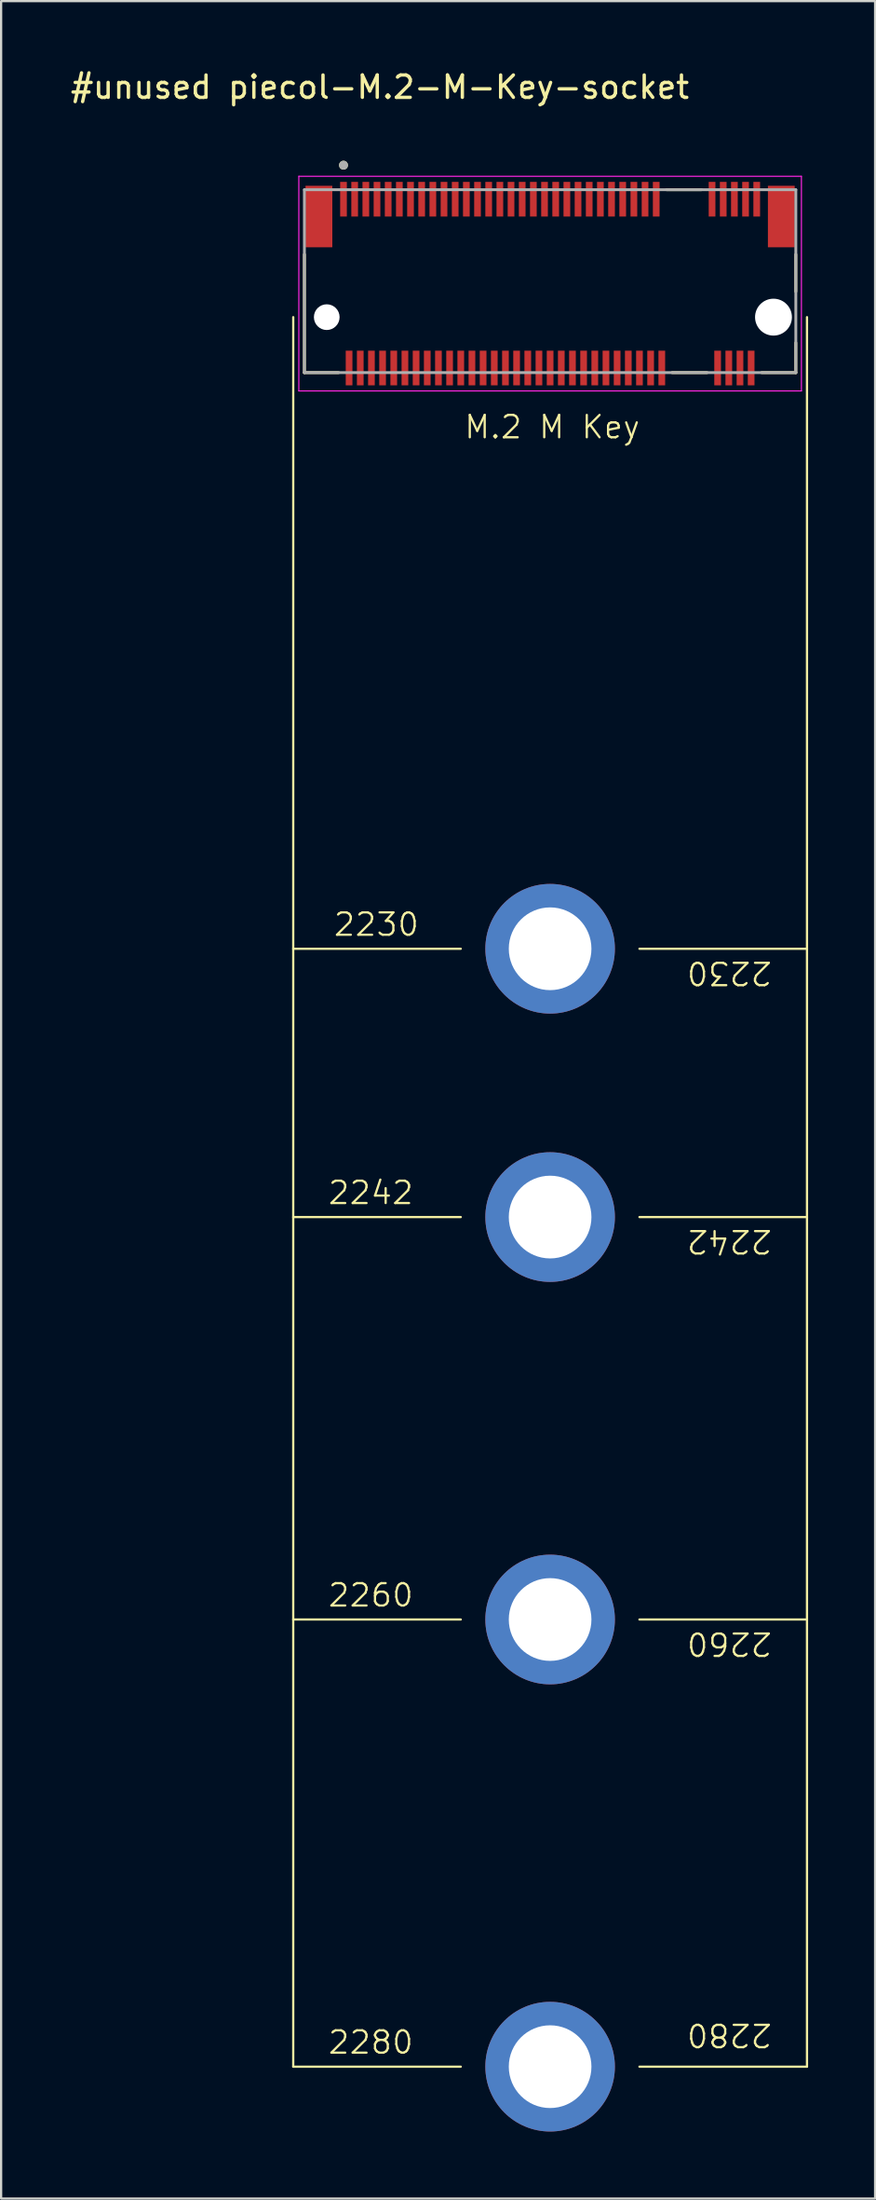
<source format=kicad_pcb>
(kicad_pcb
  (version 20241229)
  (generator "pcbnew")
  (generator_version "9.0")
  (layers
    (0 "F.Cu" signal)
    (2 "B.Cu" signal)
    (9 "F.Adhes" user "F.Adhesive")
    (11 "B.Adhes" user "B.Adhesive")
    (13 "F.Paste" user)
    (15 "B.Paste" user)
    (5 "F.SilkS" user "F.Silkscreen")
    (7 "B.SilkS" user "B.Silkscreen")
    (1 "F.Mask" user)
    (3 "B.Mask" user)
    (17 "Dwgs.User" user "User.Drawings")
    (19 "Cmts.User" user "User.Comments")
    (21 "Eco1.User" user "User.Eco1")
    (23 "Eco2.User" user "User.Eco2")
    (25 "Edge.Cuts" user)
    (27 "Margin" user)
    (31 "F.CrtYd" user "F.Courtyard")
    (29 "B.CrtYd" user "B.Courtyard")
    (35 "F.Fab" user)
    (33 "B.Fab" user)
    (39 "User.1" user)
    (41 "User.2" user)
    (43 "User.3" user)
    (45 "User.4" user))
  (footprint "#unused piecol-M.2-M-Key-socket"
    (layer "F.Cu")
    (at 21.578 11.135)
    (property "Reference" "#unused piecol-M.2-M-Key-socket" (at -7.62 -10.287 0) (layer "F.SilkS") (effects (font (size 1 1) (thickness 0.15))))
    (fp_line (start -11.5 0) (end -11.5 78.25) (stroke (width 0.1) (type default)) (layer "F.SilkS"))
    (fp_line (start -11.5 28.25) (end -4 28.25) (stroke (width 0.1) (type default)) (layer "F.SilkS"))
    (fp_line (start -11.5 40.25) (end -4 40.25) (stroke (width 0.1) (type default)) (layer "F.SilkS"))
    (fp_line (start -11.5 58.25) (end -4 58.25) (stroke (width 0.1) (type default)) (layer "F.SilkS"))
    (fp_line (start -11.5 78.25) (end -4 78.25) (stroke (width 0.1) (type default)) (layer "F.SilkS"))
    (fp_line (start -11 2.48) (end -11 -2.805) (stroke (width 0.127) (type solid)) (layer "F.SilkS"))
    (fp_line (start -9.47 2.48) (end -11 2.48) (stroke (width 0.127) (type solid)) (layer "F.SilkS"))
    (fp_line (start 4 28.25) (end 11.5 28.25) (stroke (width 0.1) (type default)) (layer "F.SilkS"))
    (fp_line (start 4 40.25) (end 11.5 40.25) (stroke (width 0.1) (type default)) (layer "F.SilkS"))
    (fp_line (start 4 58.25) (end 11.5 58.25) (stroke (width 0.1) (type default)) (layer "F.SilkS"))
    (fp_line (start 4 78.25) (end 11.5 78.25) (stroke (width 0.1) (type default)) (layer "F.SilkS"))
    (fp_line (start 5.213 -5.7) (end 6.777 -5.7) (stroke (width 0.127) (type solid)) (layer "F.SilkS"))
    (fp_line (start 5.463 2.48) (end 7.027 2.48) (stroke (width 0.127) (type solid)) (layer "F.SilkS"))
    (fp_line (start 11 -2.805) (end 11 -1.145) (stroke (width 0.127) (type solid)) (layer "F.SilkS"))
    (fp_line (start 11 2.48) (end 9.47 2.48) (stroke (width 0.127) (type solid)) (layer "F.SilkS"))
    (fp_line (start 11 2.48) (end 11 1.145) (stroke (width 0.127) (type solid)) (layer "F.SilkS"))
    (fp_line (start 11.5 78.25) (end 11.5 0) (stroke (width 0.1) (type default)) (layer "F.SilkS"))
    (fp_circle (center -9.25 -6.796) (end -9.15 -6.796) (stroke (width 0.2) (type solid)) (fill no) (layer "F.SilkS"))
    (fp_line (start -11.25 -6.3) (end -11.25 3.3) (stroke (width 0.05) (type solid)) (layer "F.CrtYd"))
    (fp_line (start -11.25 3.3) (end 11.25 3.3) (stroke (width 0.05) (type solid)) (layer "F.CrtYd"))
    (fp_line (start 11.25 -6.3) (end -11.25 -6.3) (stroke (width 0.05) (type solid)) (layer "F.CrtYd"))
    (fp_line (start 11.25 3.3) (end 11.25 -6.3) (stroke (width 0.05) (type solid)) (layer "F.CrtYd"))
    (fp_line (start -11 -5.7) (end 11 -5.7) (stroke (width 0.127) (type solid)) (layer "F.Fab"))
    (fp_line (start -11 2.48) (end -11 -5.7) (stroke (width 0.127) (type solid)) (layer "F.Fab"))
    (fp_line (start 11 -5.7) (end 11 2.48) (stroke (width 0.127) (type solid)) (layer "F.Fab"))
    (fp_line (start 11 2.48) (end -11 2.48) (stroke (width 0.127) (type solid)) (layer "F.Fab"))
    (fp_circle (center -9.25 -6.796) (end -9.15 -6.796) (stroke (width 0.2) (type solid)) (fill no) (layer "F.Fab"))
    (fp_text user "2242" (at 10 40.75 180) (unlocked yes) (layer "F.SilkS") (effects (font (size 1 1) (thickness 0.1)) (justify left bottom)))
    (fp_text user "2260" (at -10 57.75 0) (unlocked yes) (layer "F.SilkS") (effects (font (size 1 1) (thickness 0.1)) (justify left bottom)))
    (fp_text user "2280" (at 10 76.25 180) (unlocked yes) (layer "F.SilkS") (effects (font (size 1 1) (thickness 0.1)) (justify left bottom)))
    (fp_text user "2230" (at -9.75 27.75 0) (unlocked yes) (layer "F.SilkS") (effects (font (size 1 1) (thickness 0.1)) (justify left bottom)))
    (fp_text user "2260" (at 10 58.75 180) (unlocked yes) (layer "F.SilkS") (effects (font (size 1 1) (thickness 0.1)) (justify left bottom)))
    (fp_text user "2230" (at 10 28.75 180) (unlocked yes) (layer "F.SilkS") (effects (font (size 1 1) (thickness 0.1)) (justify left bottom)))
    (fp_text user "M.2 M Key" (at -3.9 5.5 0) (unlocked yes) (layer "F.SilkS") (effects (font (size 1 1) (thickness 0.1)) (justify left bottom)))
    (fp_text user "2280" (at -10 77.75 0) (unlocked yes) (layer "F.SilkS") (effects (font (size 1 1) (thickness 0.1)) (justify left bottom)))
    (fp_text user "2242" (at -10 39.75 0) (unlocked yes) (layer "F.SilkS") (effects (font (size 1 1) (thickness 0.1)) (justify left bottom)))
    (pad "" np_thru_hole circle (at -10 0) (size 1.15 1.15) (drill 1.15) (layers "*.Cu" "*.Mask"))
    (pad "" np_thru_hole circle (at 10 0) (size 1.65 1.65) (drill 1.65) (layers "*.Cu" "*.Mask"))
    (pad "1" smd rect (at -9.25 -5.275) (size 0.3 1.55) (layers "F.Cu" "F.Mask" "F.Paste"))
    (pad "2" smd rect (at -9 2.275) (size 0.3 1.55) (layers "F.Cu" "F.Mask" "F.Paste"))
    (pad "3" smd rect (at -8.75 -5.275) (size 0.3 1.55) (layers "F.Cu" "F.Mask" "F.Paste"))
    (pad "4" smd rect (at -8.5 2.275) (size 0.3 1.55) (layers "F.Cu" "F.Mask" "F.Paste"))
    (pad "5" smd rect (at -8.25 -5.275) (size 0.3 1.55) (layers "F.Cu" "F.Mask" "F.Paste"))
    (pad "6" smd rect (at -8 2.275) (size 0.3 1.55) (layers "F.Cu" "F.Mask" "F.Paste"))
    (pad "7" smd rect (at -7.75 -5.275) (size 0.3 1.55) (layers "F.Cu" "F.Mask" "F.Paste"))
    (pad "8" smd rect (at -7.5 2.275) (size 0.3 1.55) (layers "F.Cu" "F.Mask" "F.Paste"))
    (pad "9" smd rect (at -7.25 -5.275) (size 0.3 1.55) (layers "F.Cu" "F.Mask" "F.Paste"))
    (pad "10" smd rect (at -7 2.275) (size 0.3 1.55) (layers "F.Cu" "F.Mask" "F.Paste"))
    (pad "11" smd rect (at -6.75 -5.275) (size 0.3 1.55) (layers "F.Cu" "F.Mask" "F.Paste"))
    (pad "12" smd rect (at -6.5 2.275) (size 0.3 1.55) (layers "F.Cu" "F.Mask" "F.Paste"))
    (pad "13" smd rect (at -6.25 -5.275) (size 0.3 1.55) (layers "F.Cu" "F.Mask" "F.Paste"))
    (pad "14" smd rect (at -6 2.275) (size 0.3 1.55) (layers "F.Cu" "F.Mask" "F.Paste"))
    (pad "15" smd rect (at -5.75 -5.275) (size 0.3 1.55) (layers "F.Cu" "F.Mask" "F.Paste"))
    (pad "16" smd rect (at -5.5 2.275) (size 0.3 1.55) (layers "F.Cu" "F.Mask" "F.Paste"))
    (pad "17" smd rect (at -5.25 -5.275) (size 0.3 1.55) (layers "F.Cu" "F.Mask" "F.Paste"))
    (pad "18" smd rect (at -5 2.275) (size 0.3 1.55) (layers "F.Cu" "F.Mask" "F.Paste"))
    (pad "19" smd rect (at -4.75 -5.275) (size 0.3 1.55) (layers "F.Cu" "F.Mask" "F.Paste"))
    (pad "20" smd rect (at -4.5 2.275) (size 0.3 1.55) (layers "F.Cu" "F.Mask" "F.Paste"))
    (pad "21" smd rect (at -4.25 -5.275) (size 0.3 1.55) (layers "F.Cu" "F.Mask" "F.Paste"))
    (pad "22" smd rect (at -4 2.275) (size 0.3 1.55) (layers "F.Cu" "F.Mask" "F.Paste"))
    (pad "23" smd rect (at -3.75 -5.275) (size 0.3 1.55) (layers "F.Cu" "F.Mask" "F.Paste"))
    (pad "24" smd rect (at -3.5 2.275) (size 0.3 1.55) (layers "F.Cu" "F.Mask" "F.Paste"))
    (pad "25" smd rect (at -3.25 -5.275) (size 0.3 1.55) (layers "F.Cu" "F.Mask" "F.Paste"))
    (pad "26" smd rect (at -3 2.275) (size 0.3 1.55) (layers "F.Cu" "F.Mask" "F.Paste"))
    (pad "27" smd rect (at -2.75 -5.275) (size 0.3 1.55) (layers "F.Cu" "F.Mask" "F.Paste"))
    (pad "28" smd rect (at -2.5 2.275) (size 0.3 1.55) (layers "F.Cu" "F.Mask" "F.Paste"))
    (pad "29" smd rect (at -2.25 -5.275) (size 0.3 1.55) (layers "F.Cu" "F.Mask" "F.Paste"))
    (pad "30" smd rect (at -2 2.275) (size 0.3 1.55) (layers "F.Cu" "F.Mask" "F.Paste"))
    (pad "31" smd rect (at -1.75 -5.275) (size 0.3 1.55) (layers "F.Cu" "F.Mask" "F.Paste"))
    (pad "32" smd rect (at -1.5 2.275) (size 0.3 1.55) (layers "F.Cu" "F.Mask" "F.Paste"))
    (pad "33" smd rect (at -1.25 -5.275) (size 0.3 1.55) (layers "F.Cu" "F.Mask" "F.Paste"))
    (pad "34" smd rect (at -1 2.275) (size 0.3 1.55) (layers "F.Cu" "F.Mask" "F.Paste"))
    (pad "35" smd rect (at -0.75 -5.275) (size 0.3 1.55) (layers "F.Cu" "F.Mask" "F.Paste"))
    (pad "36" smd rect (at -0.5 2.275) (size 0.3 1.55) (layers "F.Cu" "F.Mask" "F.Paste"))
    (pad "37" smd rect (at -0.25 -5.275) (size 0.3 1.55) (layers "F.Cu" "F.Mask" "F.Paste"))
    (pad "38" smd rect (at 0 2.275) (size 0.3 1.55) (layers "F.Cu" "F.Mask" "F.Paste"))
    (pad "39" smd rect (at 0.25 -5.275) (size 0.3 1.55) (layers "F.Cu" "F.Mask" "F.Paste"))
    (pad "40" smd rect (at 0.5 2.275) (size 0.3 1.55) (layers "F.Cu" "F.Mask" "F.Paste"))
    (pad "41" smd rect (at 0.75 -5.275) (size 0.3 1.55) (layers "F.Cu" "F.Mask" "F.Paste"))
    (pad "42" smd rect (at 1 2.275) (size 0.3 1.55) (layers "F.Cu" "F.Mask" "F.Paste"))
    (pad "43" smd rect (at 1.25 -5.275) (size 0.3 1.55) (layers "F.Cu" "F.Mask" "F.Paste"))
    (pad "44" smd rect (at 1.5 2.275) (size 0.3 1.55) (layers "F.Cu" "F.Mask" "F.Paste"))
    (pad "45" smd rect (at 1.75 -5.275) (size 0.3 1.55) (layers "F.Cu" "F.Mask" "F.Paste"))
    (pad "46" smd rect (at 2 2.275) (size 0.3 1.55) (layers "F.Cu" "F.Mask" "F.Paste"))
    (pad "47" smd rect (at 2.25 -5.275) (size 0.3 1.55) (layers "F.Cu" "F.Mask" "F.Paste"))
    (pad "48" smd rect (at 2.5 2.275) (size 0.3 1.55) (layers "F.Cu" "F.Mask" "F.Paste"))
    (pad "49" smd rect (at 2.75 -5.275) (size 0.3 1.55) (layers "F.Cu" "F.Mask" "F.Paste"))
    (pad "50" smd rect (at 3 2.275) (size 0.3 1.55) (layers "F.Cu" "F.Mask" "F.Paste"))
    (pad "51" smd rect (at 3.25 -5.275) (size 0.3 1.55) (layers "F.Cu" "F.Mask" "F.Paste"))
    (pad "52" smd rect (at 3.5 2.275) (size 0.3 1.55) (layers "F.Cu" "F.Mask" "F.Paste"))
    (pad "53" smd rect (at 3.75 -5.275) (size 0.3 1.55) (layers "F.Cu" "F.Mask" "F.Paste"))
    (pad "54" smd rect (at 4 2.275) (size 0.3 1.55) (layers "F.Cu" "F.Mask" "F.Paste"))
    (pad "55" smd rect (at 4.25 -5.275) (size 0.3 1.55) (layers "F.Cu" "F.Mask" "F.Paste"))
    (pad "56" smd rect (at 4.5 2.275) (size 0.3 1.55) (layers "F.Cu" "F.Mask" "F.Paste"))
    (pad "57" smd rect (at 4.75 -5.275) (size 0.3 1.55) (layers "F.Cu" "F.Mask" "F.Paste"))
    (pad "58" smd rect (at 5 2.275) (size 0.3 1.55) (layers "F.Cu" "F.Mask" "F.Paste"))
    (pad "67" smd rect (at 7.25 -5.275) (size 0.3 1.55) (layers "F.Cu" "F.Mask" "F.Paste"))
    (pad "68" smd rect (at 7.5 2.275) (size 0.3 1.55) (layers "F.Cu" "F.Mask" "F.Paste"))
    (pad "69" smd rect (at 7.75 -5.275) (size 0.3 1.55) (layers "F.Cu" "F.Mask" "F.Paste"))
    (pad "70" smd rect (at 8 2.275) (size 0.3 1.55) (layers "F.Cu" "F.Mask" "F.Paste"))
    (pad "71" smd rect (at 8.25 -5.275) (size 0.3 1.55) (layers "F.Cu" "F.Mask" "F.Paste"))
    (pad "72" smd rect (at 8.5 2.275) (size 0.3 1.55) (layers "F.Cu" "F.Mask" "F.Paste"))
    (pad "73" smd rect (at 8.75 -5.275) (size 0.3 1.55) (layers "F.Cu" "F.Mask" "F.Paste"))
    (pad "74" smd rect (at 9 2.275) (size 0.3 1.55) (layers "F.Cu" "F.Mask" "F.Paste"))
    (pad "75" smd rect (at 9.25 -5.275) (size 0.3 1.55) (layers "F.Cu" "F.Mask" "F.Paste"))
    (pad "M1" thru_hole circle (at 0 28.25) (size 5.8 5.8) (drill 3.7) (layers "*.Cu" "*.Mask"))
    (pad "M2" thru_hole circle (at 0 40.25) (size 5.8 5.8) (drill 3.7) (layers "*.Cu" "*.Mask"))
    (pad "M3" thru_hole circle (at 0 58.25) (size 5.8 5.8) (drill 3.7) (layers "*.Cu" "*.Mask"))
    (pad "M4" thru_hole circle (at 0 78.25) (size 5.8 5.8) (drill 3.7) (layers "*.Cu" "*.Mask"))
    (pad "S1" smd rect (at -10.35 -4.5) (size 1.2 2.75) (layers "F.Cu" "F.Mask" "F.Paste"))
    (pad "S2" smd rect (at 10.35 -4.5) (size 1.2 2.75) (layers "F.Cu" "F.Mask" "F.Paste")))
  (gr_rect
    (start -3 -3)
    (end 36.128 95.285)
    (stroke (width 0.1) (type default))
    (fill no)
    (layer "Edge.Cuts")))
</source>
